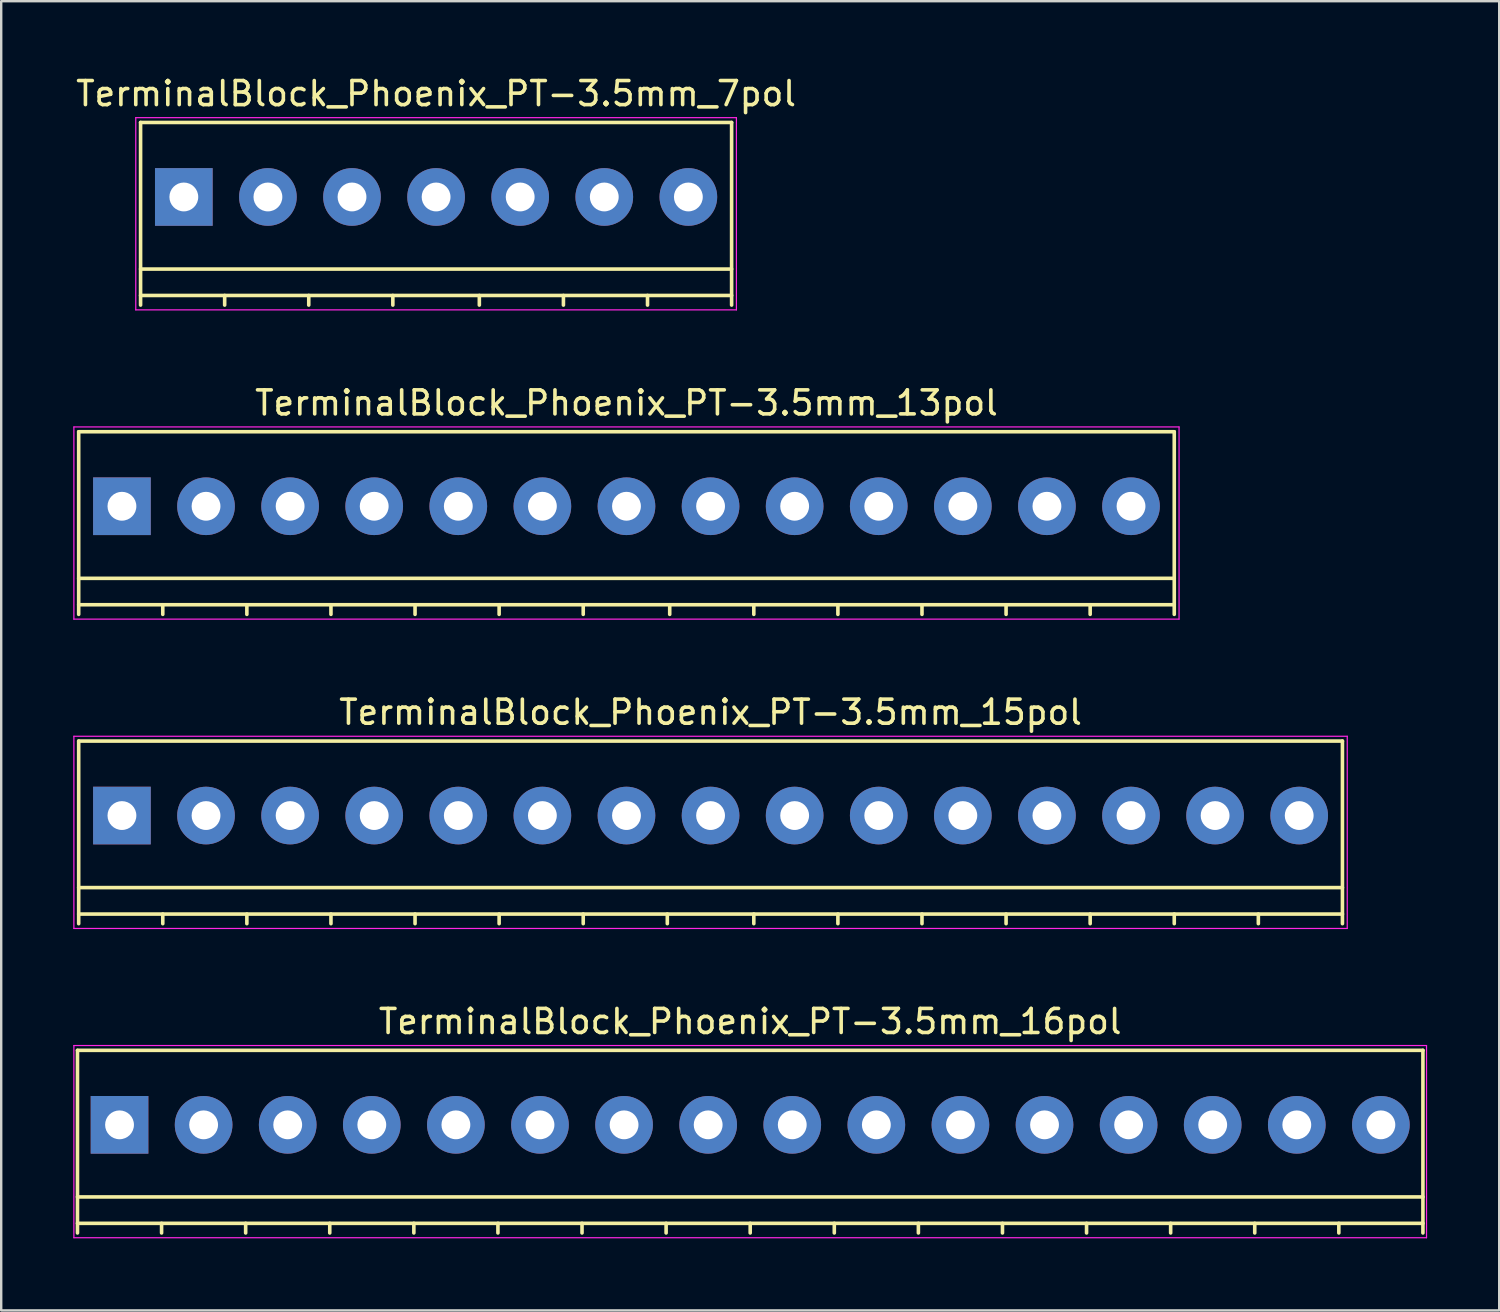
<source format=kicad_pcb>
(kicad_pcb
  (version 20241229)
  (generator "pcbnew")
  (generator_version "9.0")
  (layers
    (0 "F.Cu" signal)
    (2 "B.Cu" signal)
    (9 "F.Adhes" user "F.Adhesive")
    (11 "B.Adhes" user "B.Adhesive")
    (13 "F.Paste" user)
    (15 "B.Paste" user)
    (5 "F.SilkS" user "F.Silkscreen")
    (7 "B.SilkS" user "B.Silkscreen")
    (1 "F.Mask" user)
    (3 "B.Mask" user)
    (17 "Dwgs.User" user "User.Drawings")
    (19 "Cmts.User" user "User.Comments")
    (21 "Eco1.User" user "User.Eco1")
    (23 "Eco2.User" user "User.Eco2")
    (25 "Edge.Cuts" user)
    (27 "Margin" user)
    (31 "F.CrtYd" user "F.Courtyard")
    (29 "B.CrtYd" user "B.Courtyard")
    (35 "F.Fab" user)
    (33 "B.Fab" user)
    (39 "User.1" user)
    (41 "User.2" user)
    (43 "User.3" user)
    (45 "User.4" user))
  (footprint "TerminalBlock_Phoenix_PT-3.5mm_13pol"
    (layer "F.Cu")
    (at 2.025 18.021)
    (property "Reference" "TerminalBlock_Phoenix_PT-3.5mm_13pol" (at 21 -4.3 0) (layer "F.SilkS") (effects (font (size 1 1) (thickness 0.15))))
    (attr through_hole)
    (fp_line (start -1.8 -3.1) (end -1.8 4.5) (stroke (width 0.15) (type solid)) (layer "F.SilkS"))
    (fp_line (start -1.8 3) (end 43.8 3) (stroke (width 0.15) (type solid)) (layer "F.SilkS"))
    (fp_line (start -1.8 4.1) (end 43.8 4.1) (stroke (width 0.15) (type solid)) (layer "F.SilkS"))
    (fp_line (start 1.7 4.1) (end 1.7 4.5) (stroke (width 0.15) (type solid)) (layer "F.SilkS"))
    (fp_line (start 5.2 4.1) (end 5.2 4.5) (stroke (width 0.15) (type solid)) (layer "F.SilkS"))
    (fp_line (start 8.7 4.1) (end 8.7 4.5) (stroke (width 0.15) (type solid)) (layer "F.SilkS"))
    (fp_line (start 12.2 4.1) (end 12.2 4.5) (stroke (width 0.15) (type solid)) (layer "F.SilkS"))
    (fp_line (start 15.7 4.1) (end 15.7 4.5) (stroke (width 0.15) (type solid)) (layer "F.SilkS"))
    (fp_line (start 19.2 4.1) (end 19.2 4.5) (stroke (width 0.15) (type solid)) (layer "F.SilkS"))
    (fp_line (start 22.8 4.1) (end 22.8 4.5) (stroke (width 0.15) (type solid)) (layer "F.SilkS"))
    (fp_line (start 26.3 4.1) (end 26.3 4.5) (stroke (width 0.15) (type solid)) (layer "F.SilkS"))
    (fp_line (start 29.8 4.1) (end 29.8 4.5) (stroke (width 0.15) (type solid)) (layer "F.SilkS"))
    (fp_line (start 33.3 4.1) (end 33.3 4.5) (stroke (width 0.15) (type solid)) (layer "F.SilkS"))
    (fp_line (start 36.8 4.1) (end 36.8 4.5) (stroke (width 0.15) (type solid)) (layer "F.SilkS"))
    (fp_line (start 40.3 4.1) (end 40.3 4.5) (stroke (width 0.15) (type solid)) (layer "F.SilkS"))
    (fp_line (start 43.8 -3.1) (end -1.8 -3.1) (stroke (width 0.15) (type solid)) (layer "F.SilkS"))
    (fp_line (start 43.8 4.5) (end 43.8 -3.1) (stroke (width 0.15) (type solid)) (layer "F.SilkS"))
    (fp_line (start -2 -3.3) (end 44 -3.3) (stroke (width 0.05) (type solid)) (layer "F.CrtYd"))
    (fp_line (start -2 4.7) (end -2 -3.3) (stroke (width 0.05) (type solid)) (layer "F.CrtYd"))
    (fp_line (start 44 -3.3) (end 44 4.7) (stroke (width 0.05) (type solid)) (layer "F.CrtYd"))
    (fp_line (start 44 4.7) (end -2 4.7) (stroke (width 0.05) (type solid)) (layer "F.CrtYd"))
    (pad "1" thru_hole rect (at 0 0 180) (size 2.4 2.4) (drill 1.2) (layers "*.Cu" "*.Mask"))
    (pad "2" thru_hole circle (at 3.5 0 180) (size 2.4 2.4) (drill 1.2) (layers "*.Cu" "*.Mask"))
    (pad "3" thru_hole circle (at 7 0 180) (size 2.4 2.4) (drill 1.2) (layers "*.Cu" "*.Mask"))
    (pad "4" thru_hole circle (at 10.5 0 180) (size 2.4 2.4) (drill 1.2) (layers "*.Cu" "*.Mask"))
    (pad "5" thru_hole circle (at 14 0 180) (size 2.4 2.4) (drill 1.2) (layers "*.Cu" "*.Mask"))
    (pad "6" thru_hole circle (at 17.5 0 180) (size 2.4 2.4) (drill 1.2) (layers "*.Cu" "*.Mask"))
    (pad "7" thru_hole circle (at 21 0 180) (size 2.4 2.4) (drill 1.2) (layers "*.Cu" "*.Mask"))
    (pad "8" thru_hole circle (at 24.5 0 180) (size 2.4 2.4) (drill 1.2) (layers "*.Cu" "*.Mask"))
    (pad "9" thru_hole circle (at 28 0 180) (size 2.4 2.4) (drill 1.2) (layers "*.Cu" "*.Mask"))
    (pad "10" thru_hole circle (at 31.5 0 180) (size 2.4 2.4) (drill 1.2) (layers "*.Cu" "*.Mask"))
    (pad "11" thru_hole circle (at 35 0 180) (size 2.4 2.4) (drill 1.2) (layers "*.Cu" "*.Mask"))
    (pad "12" thru_hole circle (at 38.5 0 180) (size 2.4 2.4) (drill 1.2) (layers "*.Cu" "*.Mask"))
    (pad "13" thru_hole circle (at 42 0 180) (size 2.4 2.4) (drill 1.2) (layers "*.Cu" "*.Mask")))
  (footprint "TerminalBlock_Phoenix_PT-3.5mm_15pol"
    (layer "F.Cu")
    (at 2.025 30.895)
    (property "Reference" "TerminalBlock_Phoenix_PT-3.5mm_15pol" (at 24.5 -4.3 0) (layer "F.SilkS") (effects (font (size 1 1) (thickness 0.15))))
    (attr through_hole)
    (fp_line (start -1.8 -3.1) (end -1.8 4.5) (stroke (width 0.15) (type solid)) (layer "F.SilkS"))
    (fp_line (start -1.8 3) (end 50.8 3) (stroke (width 0.15) (type solid)) (layer "F.SilkS"))
    (fp_line (start -1.8 4.1) (end 50.8 4.1) (stroke (width 0.15) (type solid)) (layer "F.SilkS"))
    (fp_line (start 1.7 4.1) (end 1.7 4.5) (stroke (width 0.15) (type solid)) (layer "F.SilkS"))
    (fp_line (start 5.2 4.1) (end 5.2 4.5) (stroke (width 0.15) (type solid)) (layer "F.SilkS"))
    (fp_line (start 8.7 4.1) (end 8.7 4.5) (stroke (width 0.15) (type solid)) (layer "F.SilkS"))
    (fp_line (start 12.2 4.1) (end 12.2 4.5) (stroke (width 0.15) (type solid)) (layer "F.SilkS"))
    (fp_line (start 15.7 4.1) (end 15.7 4.5) (stroke (width 0.15) (type solid)) (layer "F.SilkS"))
    (fp_line (start 19.2 4.1) (end 19.2 4.5) (stroke (width 0.15) (type solid)) (layer "F.SilkS"))
    (fp_line (start 22.7 4.1) (end 22.7 4.5) (stroke (width 0.15) (type solid)) (layer "F.SilkS"))
    (fp_line (start 26.3 4.1) (end 26.3 4.5) (stroke (width 0.15) (type solid)) (layer "F.SilkS"))
    (fp_line (start 29.8 4.1) (end 29.8 4.5) (stroke (width 0.15) (type solid)) (layer "F.SilkS"))
    (fp_line (start 33.3 4.1) (end 33.3 4.5) (stroke (width 0.15) (type solid)) (layer "F.SilkS"))
    (fp_line (start 36.8 4.1) (end 36.8 4.5) (stroke (width 0.15) (type solid)) (layer "F.SilkS"))
    (fp_line (start 40.3 4.1) (end 40.3 4.5) (stroke (width 0.15) (type solid)) (layer "F.SilkS"))
    (fp_line (start 43.8 4.1) (end 43.8 4.5) (stroke (width 0.15) (type solid)) (layer "F.SilkS"))
    (fp_line (start 47.3 4.1) (end 47.3 4.5) (stroke (width 0.15) (type solid)) (layer "F.SilkS"))
    (fp_line (start 50.8 -3.1) (end -1.8 -3.1) (stroke (width 0.15) (type solid)) (layer "F.SilkS"))
    (fp_line (start 50.8 4.5) (end 50.8 -3.1) (stroke (width 0.15) (type solid)) (layer "F.SilkS"))
    (fp_line (start -2 -3.3) (end 51 -3.3) (stroke (width 0.05) (type solid)) (layer "F.CrtYd"))
    (fp_line (start -2 4.7) (end -2 -3.3) (stroke (width 0.05) (type solid)) (layer "F.CrtYd"))
    (fp_line (start 51 -3.3) (end 51 4.7) (stroke (width 0.05) (type solid)) (layer "F.CrtYd"))
    (fp_line (start 51 4.7) (end -2 4.7) (stroke (width 0.05) (type solid)) (layer "F.CrtYd"))
    (pad "1" thru_hole rect (at 0 0 180) (size 2.4 2.4) (drill 1.2) (layers "*.Cu" "*.Mask"))
    (pad "2" thru_hole circle (at 3.5 0 180) (size 2.4 2.4) (drill 1.2) (layers "*.Cu" "*.Mask"))
    (pad "3" thru_hole circle (at 7 0 180) (size 2.4 2.4) (drill 1.2) (layers "*.Cu" "*.Mask"))
    (pad "4" thru_hole circle (at 10.5 0 180) (size 2.4 2.4) (drill 1.2) (layers "*.Cu" "*.Mask"))
    (pad "5" thru_hole circle (at 14 0 180) (size 2.4 2.4) (drill 1.2) (layers "*.Cu" "*.Mask"))
    (pad "6" thru_hole circle (at 17.5 0 180) (size 2.4 2.4) (drill 1.2) (layers "*.Cu" "*.Mask"))
    (pad "7" thru_hole circle (at 21 0 180) (size 2.4 2.4) (drill 1.2) (layers "*.Cu" "*.Mask"))
    (pad "8" thru_hole circle (at 24.5 0 180) (size 2.4 2.4) (drill 1.2) (layers "*.Cu" "*.Mask"))
    (pad "9" thru_hole circle (at 28 0 180) (size 2.4 2.4) (drill 1.2) (layers "*.Cu" "*.Mask"))
    (pad "10" thru_hole circle (at 31.5 0 180) (size 2.4 2.4) (drill 1.2) (layers "*.Cu" "*.Mask"))
    (pad "11" thru_hole circle (at 35 0 180) (size 2.4 2.4) (drill 1.2) (layers "*.Cu" "*.Mask"))
    (pad "12" thru_hole circle (at 38.5 0 180) (size 2.4 2.4) (drill 1.2) (layers "*.Cu" "*.Mask"))
    (pad "13" thru_hole circle (at 42 0 180) (size 2.4 2.4) (drill 1.2) (layers "*.Cu" "*.Mask"))
    (pad "14" thru_hole circle (at 45.5 0 180) (size 2.4 2.4) (drill 1.2) (layers "*.Cu" "*.Mask"))
    (pad "15" thru_hole circle (at 49 0 180) (size 2.4 2.4) (drill 1.2) (layers "*.Cu" "*.Mask")))
  (footprint "TerminalBlock_Phoenix_PT-3.5mm_16pol"
    (layer "F.Cu")
    (at 1.925 43.768)
    (property "Reference" "TerminalBlock_Phoenix_PT-3.5mm_16pol" (at 26.25 -4.3 0) (layer "F.SilkS") (effects (font (size 1 1) (thickness 0.15))))
    (attr through_hole)
    (fp_line (start -1.75 -3.1) (end -1.75 4.5) (stroke (width 0.15) (type solid)) (layer "F.SilkS"))
    (fp_line (start -1.75 3) (end 54.25 3) (stroke (width 0.15) (type solid)) (layer "F.SilkS"))
    (fp_line (start -1.75 4.1) (end 54.25 4.1) (stroke (width 0.15) (type solid)) (layer "F.SilkS"))
    (fp_line (start 1.75 4.1) (end 1.75 4.5) (stroke (width 0.15) (type solid)) (layer "F.SilkS"))
    (fp_line (start 5.25 4.1) (end 5.25 4.5) (stroke (width 0.15) (type solid)) (layer "F.SilkS"))
    (fp_line (start 8.75 4.1) (end 8.75 4.5) (stroke (width 0.15) (type solid)) (layer "F.SilkS"))
    (fp_line (start 12.25 4.1) (end 12.25 4.5) (stroke (width 0.15) (type solid)) (layer "F.SilkS"))
    (fp_line (start 15.75 4.1) (end 15.75 4.5) (stroke (width 0.15) (type solid)) (layer "F.SilkS"))
    (fp_line (start 19.25 4.1) (end 19.25 4.5) (stroke (width 0.15) (type solid)) (layer "F.SilkS"))
    (fp_line (start 22.75 4.1) (end 22.75 4.5) (stroke (width 0.15) (type solid)) (layer "F.SilkS"))
    (fp_line (start 26.25 4.1) (end 26.25 4.5) (stroke (width 0.15) (type solid)) (layer "F.SilkS"))
    (fp_line (start 29.75 4.1) (end 29.75 4.5) (stroke (width 0.15) (type solid)) (layer "F.SilkS"))
    (fp_line (start 33.25 4.1) (end 33.25 4.5) (stroke (width 0.15) (type solid)) (layer "F.SilkS"))
    (fp_line (start 36.75 4.1) (end 36.75 4.5) (stroke (width 0.15) (type solid)) (layer "F.SilkS"))
    (fp_line (start 40.25 4.1) (end 40.25 4.5) (stroke (width 0.15) (type solid)) (layer "F.SilkS"))
    (fp_line (start 43.75 4.1) (end 43.75 4.5) (stroke (width 0.15) (type solid)) (layer "F.SilkS"))
    (fp_line (start 47.25 4.1) (end 47.25 4.5) (stroke (width 0.15) (type solid)) (layer "F.SilkS"))
    (fp_line (start 50.75 4.1) (end 50.75 4.5) (stroke (width 0.15) (type solid)) (layer "F.SilkS"))
    (fp_line (start 54.25 -3.1) (end -1.75 -3.1) (stroke (width 0.15) (type solid)) (layer "F.SilkS"))
    (fp_line (start 54.25 4.5) (end 54.25 -3.1) (stroke (width 0.15) (type solid)) (layer "F.SilkS"))
    (fp_line (start -1.9 -3.3) (end 54.4 -3.3) (stroke (width 0.05) (type solid)) (layer "F.CrtYd"))
    (fp_line (start -1.9 4.7) (end -1.9 -3.3) (stroke (width 0.05) (type solid)) (layer "F.CrtYd"))
    (fp_line (start 54.4 -3.3) (end 54.4 4.7) (stroke (width 0.05) (type solid)) (layer "F.CrtYd"))
    (fp_line (start 54.4 4.7) (end -1.9 4.7) (stroke (width 0.05) (type solid)) (layer "F.CrtYd"))
    (pad "1" thru_hole rect (at 0 0 180) (size 2.4 2.4) (drill 1.2) (layers "*.Cu" "*.Mask"))
    (pad "2" thru_hole circle (at 3.5 0 180) (size 2.4 2.4) (drill 1.2) (layers "*.Cu" "*.Mask"))
    (pad "3" thru_hole circle (at 7 0 180) (size 2.4 2.4) (drill 1.2) (layers "*.Cu" "*.Mask"))
    (pad "4" thru_hole circle (at 10.5 0 180) (size 2.4 2.4) (drill 1.2) (layers "*.Cu" "*.Mask"))
    (pad "5" thru_hole circle (at 14 0 180) (size 2.4 2.4) (drill 1.2) (layers "*.Cu" "*.Mask"))
    (pad "6" thru_hole circle (at 17.5 0 180) (size 2.4 2.4) (drill 1.2) (layers "*.Cu" "*.Mask"))
    (pad "7" thru_hole circle (at 21 0 180) (size 2.4 2.4) (drill 1.2) (layers "*.Cu" "*.Mask"))
    (pad "8" thru_hole circle (at 24.5 0 180) (size 2.4 2.4) (drill 1.2) (layers "*.Cu" "*.Mask"))
    (pad "9" thru_hole circle (at 28 0 180) (size 2.4 2.4) (drill 1.2) (layers "*.Cu" "*.Mask"))
    (pad "10" thru_hole circle (at 31.5 0 180) (size 2.4 2.4) (drill 1.2) (layers "*.Cu" "*.Mask"))
    (pad "11" thru_hole circle (at 35 0 180) (size 2.4 2.4) (drill 1.2) (layers "*.Cu" "*.Mask"))
    (pad "12" thru_hole circle (at 38.5 0 180) (size 2.4 2.4) (drill 1.2) (layers "*.Cu" "*.Mask"))
    (pad "13" thru_hole circle (at 42 0 180) (size 2.4 2.4) (drill 1.2) (layers "*.Cu" "*.Mask"))
    (pad "14" thru_hole circle (at 45.5 0 180) (size 2.4 2.4) (drill 1.2) (layers "*.Cu" "*.Mask"))
    (pad "15" thru_hole circle (at 49 0 180) (size 2.4 2.4) (drill 1.2) (layers "*.Cu" "*.Mask"))
    (pad "16" thru_hole circle (at 52.5 0 180) (size 2.4 2.4) (drill 1.2) (layers "*.Cu" "*.Mask")))
  (footprint "TerminalBlock_Phoenix_PT-3.5mm_7pol"
    (layer "F.Cu")
    (at 4.601 5.148)
    (property "Reference" "TerminalBlock_Phoenix_PT-3.5mm_7pol" (at 10.5 -4.3 0) (layer "F.SilkS") (effects (font (size 1 1) (thickness 0.15))))
    (attr through_hole)
    (fp_line (start -1.8 -3.1) (end -1.8 4.5) (stroke (width 0.15) (type solid)) (layer "F.SilkS"))
    (fp_line (start -1.8 3) (end 22.8 3) (stroke (width 0.15) (type solid)) (layer "F.SilkS"))
    (fp_line (start -1.8 4.1) (end 22.8 4.1) (stroke (width 0.15) (type solid)) (layer "F.SilkS"))
    (fp_line (start 1.7 4.1) (end 1.7 4.5) (stroke (width 0.15) (type solid)) (layer "F.SilkS"))
    (fp_line (start 5.2 4.1) (end 5.2 4.5) (stroke (width 0.15) (type solid)) (layer "F.SilkS"))
    (fp_line (start 8.7 4.1) (end 8.7 4.5) (stroke (width 0.15) (type solid)) (layer "F.SilkS"))
    (fp_line (start 12.3 4.1) (end 12.3 4.5) (stroke (width 0.15) (type solid)) (layer "F.SilkS"))
    (fp_line (start 15.8 4.1) (end 15.8 4.5) (stroke (width 0.15) (type solid)) (layer "F.SilkS"))
    (fp_line (start 19.3 4.1) (end 19.3 4.5) (stroke (width 0.15) (type solid)) (layer "F.SilkS"))
    (fp_line (start 22.8 -3.1) (end -1.8 -3.1) (stroke (width 0.15) (type solid)) (layer "F.SilkS"))
    (fp_line (start 22.8 4.5) (end 22.8 -3.1) (stroke (width 0.15) (type solid)) (layer "F.SilkS"))
    (fp_line (start -2 -3.3) (end 23 -3.3) (stroke (width 0.05) (type solid)) (layer "F.CrtYd"))
    (fp_line (start -2 4.7) (end -2 -3.3) (stroke (width 0.05) (type solid)) (layer "F.CrtYd"))
    (fp_line (start 23 -3.3) (end 23 4.7) (stroke (width 0.05) (type solid)) (layer "F.CrtYd"))
    (fp_line (start 23 4.7) (end -2 4.7) (stroke (width 0.05) (type solid)) (layer "F.CrtYd"))
    (pad "1" thru_hole rect (at 0 0) (size 2.4 2.4) (drill 1.2) (layers "*.Cu" "*.Mask"))
    (pad "2" thru_hole circle (at 3.5 0) (size 2.4 2.4) (drill 1.2) (layers "*.Cu" "*.Mask"))
    (pad "3" thru_hole circle (at 7 0) (size 2.4 2.4) (drill 1.2) (layers "*.Cu" "*.Mask"))
    (pad "4" thru_hole circle (at 10.5 0) (size 2.4 2.4) (drill 1.2) (layers "*.Cu" "*.Mask"))
    (pad "5" thru_hole circle (at 14 0) (size 2.4 2.4) (drill 1.2) (layers "*.Cu" "*.Mask"))
    (pad "6" thru_hole circle (at 17.5 0) (size 2.4 2.4) (drill 1.2) (layers "*.Cu" "*.Mask"))
    (pad "7" thru_hole circle (at 21 0) (size 2.4 2.4) (drill 1.2) (layers "*.Cu" "*.Mask")))
  (gr_rect
    (start -3 -3)
    (end 59.35 51.493)
    (stroke (width 0.1) (type default))
    (fill no)
    (layer "Edge.Cuts")))
</source>
